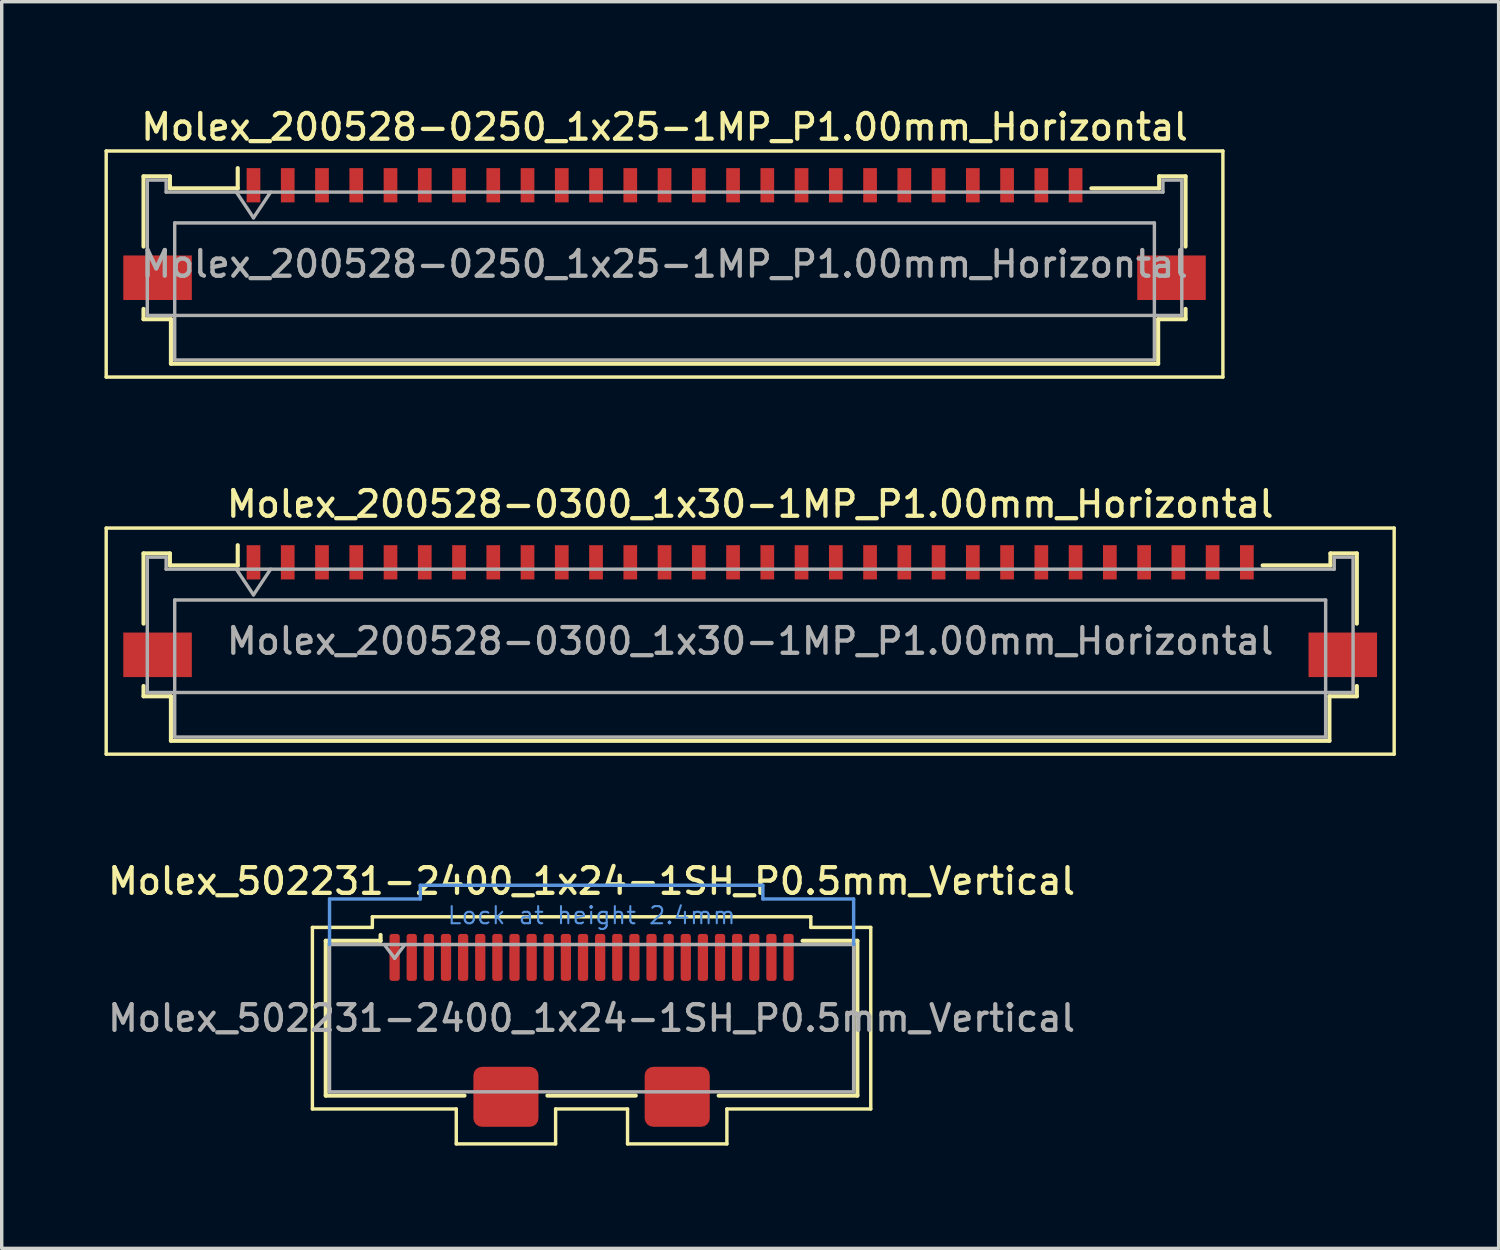
<source format=kicad_pcb>
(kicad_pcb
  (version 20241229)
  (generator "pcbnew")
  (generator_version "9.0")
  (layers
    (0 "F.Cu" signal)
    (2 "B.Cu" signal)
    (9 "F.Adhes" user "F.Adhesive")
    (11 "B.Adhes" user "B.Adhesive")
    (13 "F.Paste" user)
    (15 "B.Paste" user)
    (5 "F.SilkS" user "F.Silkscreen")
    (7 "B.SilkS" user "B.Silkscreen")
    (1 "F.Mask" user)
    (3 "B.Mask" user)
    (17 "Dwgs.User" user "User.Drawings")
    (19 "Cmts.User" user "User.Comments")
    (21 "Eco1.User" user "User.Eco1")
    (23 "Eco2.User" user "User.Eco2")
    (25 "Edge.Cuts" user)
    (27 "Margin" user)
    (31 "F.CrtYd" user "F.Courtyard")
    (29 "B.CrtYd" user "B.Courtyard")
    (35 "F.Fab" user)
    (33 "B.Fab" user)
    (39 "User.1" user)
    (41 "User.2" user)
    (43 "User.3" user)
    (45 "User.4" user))
  (footprint "Molex_200528-0300_1x30-1MP_P1.00mm_Horizontal"
    (layer "F.Cu")
    (at 18.85 14.276)
    (property "Reference" "Molex_200528-0300_1x30-1MP_P1.00mm_Horizontal" (at 0 -2.61 0) (layer "F.SilkS") (effects (font (size 0.75 0.75) (thickness 0.125))))
    (attr smd)
    (fp_line (start -18.8 -1.91) (end -18.8 4.69) (stroke (width 0.1) (type solid)) (layer "F.SilkS"))
    (fp_line (start -18.8 4.69) (end 18.8 4.69) (stroke (width 0.1) (type solid)) (layer "F.SilkS"))
    (fp_line (start -17.71 -1.17) (end -17.71 0.88) (stroke (width 0.12) (type solid)) (layer "F.SilkS"))
    (fp_line (start -17.71 2.7) (end -17.71 3) (stroke (width 0.12) (type solid)) (layer "F.SilkS"))
    (fp_line (start -17.71 3) (end -16.91 3) (stroke (width 0.12) (type solid)) (layer "F.SilkS"))
    (fp_line (start -16.94 -1.17) (end -17.71 -1.17) (stroke (width 0.12) (type solid)) (layer "F.SilkS"))
    (fp_line (start -16.94 -0.82) (end -16.94 -1.17) (stroke (width 0.12) (type solid)) (layer "F.SilkS"))
    (fp_line (start -16.91 3) (end -16.91 4.3) (stroke (width 0.12) (type solid)) (layer "F.SilkS"))
    (fp_line (start -16.91 4.3) (end 16.91 4.3) (stroke (width 0.12) (type solid)) (layer "F.SilkS"))
    (fp_line (start -14.96 -1.41) (end -14.96 -0.82) (stroke (width 0.12) (type solid)) (layer "F.SilkS"))
    (fp_line (start -14.96 -0.82) (end -16.94 -0.82) (stroke (width 0.12) (type solid)) (layer "F.SilkS"))
    (fp_line (start 16.91 3) (end 17.71 3) (stroke (width 0.12) (type solid)) (layer "F.SilkS"))
    (fp_line (start 16.91 4.3) (end 16.91 3) (stroke (width 0.12) (type solid)) (layer "F.SilkS"))
    (fp_line (start 16.94 -1.17) (end 16.94 -0.82) (stroke (width 0.12) (type solid)) (layer "F.SilkS"))
    (fp_line (start 16.94 -0.82) (end 14.96 -0.82) (stroke (width 0.12) (type solid)) (layer "F.SilkS"))
    (fp_line (start 17.71 -1.17) (end 16.94 -1.17) (stroke (width 0.12) (type solid)) (layer "F.SilkS"))
    (fp_line (start 17.71 0.88) (end 17.71 -1.17) (stroke (width 0.12) (type solid)) (layer "F.SilkS"))
    (fp_line (start 17.71 3) (end 17.71 2.7) (stroke (width 0.12) (type solid)) (layer "F.SilkS"))
    (fp_line (start 18.8 -1.91) (end -18.8 -1.91) (stroke (width 0.1) (type solid)) (layer "F.SilkS"))
    (fp_line (start 18.8 4.69) (end 18.8 -1.91) (stroke (width 0.1) (type solid)) (layer "F.SilkS"))
    (fp_line (start -17.6 -1.06) (end -17.6 2.89) (stroke (width 0.1) (type solid)) (layer "F.Fab"))
    (fp_line (start -17.6 2.89) (end 17.6 2.89) (stroke (width 0.1) (type solid)) (layer "F.Fab"))
    (fp_line (start -17.05 -1.06) (end -17.6 -1.06) (stroke (width 0.1) (type solid)) (layer "F.Fab"))
    (fp_line (start -17.05 -0.71) (end -17.05 -1.06) (stroke (width 0.1) (type solid)) (layer "F.Fab"))
    (fp_line (start -16.8 0.19) (end -16.8 4.19) (stroke (width 0.1) (type solid)) (layer "F.Fab"))
    (fp_line (start -16.8 4.19) (end 16.8 4.19) (stroke (width 0.1) (type solid)) (layer "F.Fab"))
    (fp_line (start -15 -0.71) (end -14.5 0.04) (stroke (width 0.1) (type solid)) (layer "F.Fab"))
    (fp_line (start -14.5 0.04) (end -14 -0.71) (stroke (width 0.1) (type solid)) (layer "F.Fab"))
    (fp_line (start 16.8 0.19) (end -16.8 0.19) (stroke (width 0.1) (type solid)) (layer "F.Fab"))
    (fp_line (start 16.8 4.19) (end 16.8 0.19) (stroke (width 0.1) (type solid)) (layer "F.Fab"))
    (fp_line (start 17.05 -1.06) (end 17.05 -0.71) (stroke (width 0.1) (type solid)) (layer "F.Fab"))
    (fp_line (start 17.05 -0.71) (end -17.05 -0.71) (stroke (width 0.1) (type solid)) (layer "F.Fab"))
    (fp_line (start 17.6 -1.06) (end 17.05 -1.06) (stroke (width 0.1) (type solid)) (layer "F.Fab"))
    (fp_line (start 17.6 2.89) (end 17.6 -1.06) (stroke (width 0.1) (type solid)) (layer "F.Fab"))
    (fp_text user "${REFERENCE}" (at 0 1.39 0) (layer "F.Fab") (effects (font (size 0.75 0.75) (thickness 0.125))))
    (pad "1" smd rect (at -14.5 -0.91) (size 0.4 1) (layers "F.Cu" "F.Mask" "F.Paste"))
    (pad "2" smd rect (at -13.5 -0.91) (size 0.4 1) (layers "F.Cu" "F.Mask" "F.Paste"))
    (pad "3" smd rect (at -12.5 -0.91) (size 0.4 1) (layers "F.Cu" "F.Mask" "F.Paste"))
    (pad "4" smd rect (at -11.5 -0.91) (size 0.4 1) (layers "F.Cu" "F.Mask" "F.Paste"))
    (pad "5" smd rect (at -10.5 -0.91) (size 0.4 1) (layers "F.Cu" "F.Mask" "F.Paste"))
    (pad "6" smd rect (at -9.5 -0.91) (size 0.4 1) (layers "F.Cu" "F.Mask" "F.Paste"))
    (pad "7" smd rect (at -8.5 -0.91) (size 0.4 1) (layers "F.Cu" "F.Mask" "F.Paste"))
    (pad "8" smd rect (at -7.5 -0.91) (size 0.4 1) (layers "F.Cu" "F.Mask" "F.Paste"))
    (pad "9" smd rect (at -6.5 -0.91) (size 0.4 1) (layers "F.Cu" "F.Mask" "F.Paste"))
    (pad "10" smd rect (at -5.5 -0.91) (size 0.4 1) (layers "F.Cu" "F.Mask" "F.Paste"))
    (pad "11" smd rect (at -4.5 -0.91) (size 0.4 1) (layers "F.Cu" "F.Mask" "F.Paste"))
    (pad "12" smd rect (at -3.5 -0.91) (size 0.4 1) (layers "F.Cu" "F.Mask" "F.Paste"))
    (pad "13" smd rect (at -2.5 -0.91) (size 0.4 1) (layers "F.Cu" "F.Mask" "F.Paste"))
    (pad "14" smd rect (at -1.5 -0.91) (size 0.4 1) (layers "F.Cu" "F.Mask" "F.Paste"))
    (pad "15" smd rect (at -0.5 -0.91) (size 0.4 1) (layers "F.Cu" "F.Mask" "F.Paste"))
    (pad "16" smd rect (at 0.5 -0.91) (size 0.4 1) (layers "F.Cu" "F.Mask" "F.Paste"))
    (pad "17" smd rect (at 1.5 -0.91) (size 0.4 1) (layers "F.Cu" "F.Mask" "F.Paste"))
    (pad "18" smd rect (at 2.5 -0.91) (size 0.4 1) (layers "F.Cu" "F.Mask" "F.Paste"))
    (pad "19" smd rect (at 3.5 -0.91) (size 0.4 1) (layers "F.Cu" "F.Mask" "F.Paste"))
    (pad "20" smd rect (at 4.5 -0.91) (size 0.4 1) (layers "F.Cu" "F.Mask" "F.Paste"))
    (pad "21" smd rect (at 5.5 -0.91) (size 0.4 1) (layers "F.Cu" "F.Mask" "F.Paste"))
    (pad "22" smd rect (at 6.5 -0.91) (size 0.4 1) (layers "F.Cu" "F.Mask" "F.Paste"))
    (pad "23" smd rect (at 7.5 -0.91) (size 0.4 1) (layers "F.Cu" "F.Mask" "F.Paste"))
    (pad "24" smd rect (at 8.5 -0.91) (size 0.4 1) (layers "F.Cu" "F.Mask" "F.Paste"))
    (pad "25" smd rect (at 9.5 -0.91) (size 0.4 1) (layers "F.Cu" "F.Mask" "F.Paste"))
    (pad "26" smd rect (at 10.5 -0.91) (size 0.4 1) (layers "F.Cu" "F.Mask" "F.Paste"))
    (pad "27" smd rect (at 11.5 -0.91) (size 0.4 1) (layers "F.Cu" "F.Mask" "F.Paste"))
    (pad "28" smd rect (at 12.5 -0.91) (size 0.4 1) (layers "F.Cu" "F.Mask" "F.Paste"))
    (pad "29" smd rect (at 13.5 -0.91) (size 0.4 1) (layers "F.Cu" "F.Mask" "F.Paste"))
    (pad "30" smd rect (at 14.5 -0.91) (size 0.4 1) (layers "F.Cu" "F.Mask" "F.Paste"))
    (pad "MP" smd rect (at -17.3 1.79) (size 2 1.3) (layers "F.Cu" "F.Mask" "F.Paste"))
    (pad "MP" smd rect (at 17.3 1.79) (size 2 1.3) (layers "F.Cu" "F.Mask" "F.Paste")))
  (footprint "Molex_502231-2400_1x24-1SH_P0.5mm_Vertical"
    (layer "F.Cu")
    (at 14.22 25.944)
    (property "Reference" "Molex_502231-2400_1x24-1SH_P0.5mm_Vertical" (at 0 -3.27 0) (layer "F.SilkS") (effects (font (size 0.75 0.75) (thickness 0.125))))
    (attr smd)
    (fp_line (start -8.15 -1.92) (end -6.4 -1.92) (stroke (width 0.1) (type solid)) (layer "F.SilkS"))
    (fp_line (start -8.15 3.38) (end -8.15 -1.92) (stroke (width 0.1) (type solid)) (layer "F.SilkS"))
    (fp_line (start -7.76 2.99) (end -7.76 -1.53) (stroke (width 0.12) (type solid)) (layer "F.SilkS"))
    (fp_line (start -6.4 -1.92) (end -6.4 -2.23) (stroke (width 0.1) (type solid)) (layer "F.SilkS"))
    (fp_line (start -6.16 -1.53) (end -7.76 -1.53) (stroke (width 0.12) (type solid)) (layer "F.SilkS"))
    (fp_line (start -6.16 -1.53) (end -6.16 -1.7) (stroke (width 0.12) (type solid)) (layer "F.SilkS"))
    (fp_line (start -3.95 3.38) (end -8.15 3.38) (stroke (width 0.1) (type solid)) (layer "F.SilkS"))
    (fp_line (start -3.95 3.38) (end -3.95 4.4) (stroke (width 0.1) (type solid)) (layer "F.SilkS"))
    (fp_line (start -3.71 2.99) (end -7.76 2.99) (stroke (width 0.12) (type solid)) (layer "F.SilkS"))
    (fp_line (start -1.29 2.99) (end 1.29 2.99) (stroke (width 0.12) (type solid)) (layer "F.SilkS"))
    (fp_line (start -1.05 3.38) (end -1.05 4.4) (stroke (width 0.1) (type solid)) (layer "F.SilkS"))
    (fp_line (start -1.05 4.4) (end -3.95 4.4) (stroke (width 0.1) (type solid)) (layer "F.SilkS"))
    (fp_line (start 1.05 3.38) (end -1.05 3.38) (stroke (width 0.1) (type solid)) (layer "F.SilkS"))
    (fp_line (start 1.05 3.38) (end 1.05 4.4) (stroke (width 0.1) (type solid)) (layer "F.SilkS"))
    (fp_line (start 1.05 4.4) (end 3.95 4.4) (stroke (width 0.1) (type solid)) (layer "F.SilkS"))
    (fp_line (start 3.71 2.99) (end 7.76 2.99) (stroke (width 0.12) (type solid)) (layer "F.SilkS"))
    (fp_line (start 3.95 3.38) (end 3.95 4.4) (stroke (width 0.1) (type solid)) (layer "F.SilkS"))
    (fp_line (start 3.95 3.38) (end 8.15 3.38) (stroke (width 0.1) (type solid)) (layer "F.SilkS"))
    (fp_line (start 6.16 -1.53) (end 7.76 -1.53) (stroke (width 0.12) (type solid)) (layer "F.SilkS"))
    (fp_line (start 6.4 -2.23) (end -6.4 -2.23) (stroke (width 0.1) (type solid)) (layer "F.SilkS"))
    (fp_line (start 6.4 -1.92) (end 6.4 -2.23) (stroke (width 0.1) (type solid)) (layer "F.SilkS"))
    (fp_line (start 7.76 2.99) (end 7.76 -1.53) (stroke (width 0.12) (type solid)) (layer "F.SilkS"))
    (fp_line (start 8.15 -1.92) (end 6.4 -1.92) (stroke (width 0.1) (type solid)) (layer "F.SilkS"))
    (fp_line (start 8.15 3.38) (end 8.15 -1.92) (stroke (width 0.1) (type solid)) (layer "F.SilkS"))
    (fp_line (start -7.65 -2.75) (end -7.65 -1.42) (stroke (width 0.1) (type solid)) (layer "Cmts.User"))
    (fp_line (start -5 -3.15) (end -5 -2.75) (stroke (width 0.1) (type solid)) (layer "Cmts.User"))
    (fp_line (start -5 -3.15) (end 5 -3.15) (stroke (width 0.1) (type solid)) (layer "Cmts.User"))
    (fp_line (start -5 -2.75) (end -7.65 -2.75) (stroke (width 0.1) (type solid)) (layer "Cmts.User"))
    (fp_line (start 5 -3.15) (end 5 -2.75) (stroke (width 0.1) (type solid)) (layer "Cmts.User"))
    (fp_line (start 5 -2.75) (end 7.65 -2.75) (stroke (width 0.1) (type solid)) (layer "Cmts.User"))
    (fp_line (start 7.65 -2.75) (end 7.65 -1.42) (stroke (width 0.1) (type solid)) (layer "Cmts.User"))
    (fp_line (start -7.65 -1.42) (end -7.65 2.88) (stroke (width 0.1) (type solid)) (layer "F.Fab"))
    (fp_line (start -7.65 -1.42) (end 7.65 -1.42) (stroke (width 0.1) (type solid)) (layer "F.Fab"))
    (fp_line (start -7.65 2.88) (end 7.65 2.88) (stroke (width 0.1) (type solid)) (layer "F.Fab"))
    (fp_line (start -6.05 -1.42) (end -5.75 -1.02) (stroke (width 0.1) (type solid)) (layer "F.Fab"))
    (fp_line (start -5.75 -1.02) (end -5.45 -1.42) (stroke (width 0.1) (type solid)) (layer "F.Fab"))
    (fp_line (start 7.65 -1.42) (end 7.65 2.88) (stroke (width 0.1) (type solid)) (layer "F.Fab"))
    (fp_text user "Lock at height 2.4mm" (at 0 -2.27 0) (layer "Cmts.User") (effects (font (size 0.5 0.5) (thickness 0.06))))
    (fp_text user "${REFERENCE}" (at 0 0.73 0) (layer "F.Fab") (effects (font (size 0.75 0.75) (thickness 0.125))))
    (pad "1" smd roundrect (at -5.75 -1.045) (size 0.3 1.37) (layers "F.Cu" "F.Mask" "F.Paste") (roundrect_rratio 0.25))
    (pad "2" smd roundrect (at -5.25 -1.045) (size 0.3 1.37) (layers "F.Cu" "F.Mask" "F.Paste") (roundrect_rratio 0.25))
    (pad "3" smd roundrect (at -4.75 -1.045) (size 0.3 1.37) (layers "F.Cu" "F.Mask" "F.Paste") (roundrect_rratio 0.25))
    (pad "4" smd roundrect (at -4.25 -1.045) (size 0.3 1.37) (layers "F.Cu" "F.Mask" "F.Paste") (roundrect_rratio 0.25))
    (pad "5" smd roundrect (at -3.75 -1.045) (size 0.3 1.37) (layers "F.Cu" "F.Mask" "F.Paste") (roundrect_rratio 0.25))
    (pad "6" smd roundrect (at -3.25 -1.045) (size 0.3 1.37) (layers "F.Cu" "F.Mask" "F.Paste") (roundrect_rratio 0.25))
    (pad "7" smd roundrect (at -2.75 -1.045) (size 0.3 1.37) (layers "F.Cu" "F.Mask" "F.Paste") (roundrect_rratio 0.25))
    (pad "8" smd roundrect (at -2.25 -1.045) (size 0.3 1.37) (layers "F.Cu" "F.Mask" "F.Paste") (roundrect_rratio 0.25))
    (pad "9" smd roundrect (at -1.75 -1.045) (size 0.3 1.37) (layers "F.Cu" "F.Mask" "F.Paste") (roundrect_rratio 0.25))
    (pad "10" smd roundrect (at -1.25 -1.045) (size 0.3 1.37) (layers "F.Cu" "F.Mask" "F.Paste") (roundrect_rratio 0.25))
    (pad "11" smd roundrect (at -0.75 -1.045) (size 0.3 1.37) (layers "F.Cu" "F.Mask" "F.Paste") (roundrect_rratio 0.25))
    (pad "12" smd roundrect (at -0.25 -1.045) (size 0.3 1.37) (layers "F.Cu" "F.Mask" "F.Paste") (roundrect_rratio 0.25))
    (pad "13" smd roundrect (at 0.25 -1.045) (size 0.3 1.37) (layers "F.Cu" "F.Mask" "F.Paste") (roundrect_rratio 0.25))
    (pad "14" smd roundrect (at 0.75 -1.045) (size 0.3 1.37) (layers "F.Cu" "F.Mask" "F.Paste") (roundrect_rratio 0.25))
    (pad "15" smd roundrect (at 1.25 -1.045) (size 0.3 1.37) (layers "F.Cu" "F.Mask" "F.Paste") (roundrect_rratio 0.25))
    (pad "16" smd roundrect (at 1.75 -1.045) (size 0.3 1.37) (layers "F.Cu" "F.Mask" "F.Paste") (roundrect_rratio 0.25))
    (pad "17" smd roundrect (at 2.25 -1.045) (size 0.3 1.37) (layers "F.Cu" "F.Mask" "F.Paste") (roundrect_rratio 0.25))
    (pad "18" smd roundrect (at 2.75 -1.045) (size 0.3 1.37) (layers "F.Cu" "F.Mask" "F.Paste") (roundrect_rratio 0.25))
    (pad "19" smd roundrect (at 3.25 -1.045) (size 0.3 1.37) (layers "F.Cu" "F.Mask" "F.Paste") (roundrect_rratio 0.25))
    (pad "20" smd roundrect (at 3.75 -1.045) (size 0.3 1.37) (layers "F.Cu" "F.Mask" "F.Paste") (roundrect_rratio 0.25))
    (pad "21" smd roundrect (at 4.25 -1.045) (size 0.3 1.37) (layers "F.Cu" "F.Mask" "F.Paste") (roundrect_rratio 0.25))
    (pad "22" smd roundrect (at 4.75 -1.045) (size 0.3 1.37) (layers "F.Cu" "F.Mask" "F.Paste") (roundrect_rratio 0.25))
    (pad "23" smd roundrect (at 5.25 -1.045) (size 0.3 1.37) (layers "F.Cu" "F.Mask" "F.Paste") (roundrect_rratio 0.25))
    (pad "24" smd roundrect (at 5.75 -1.045) (size 0.3 1.37) (layers "F.Cu" "F.Mask" "F.Paste") (roundrect_rratio 0.25))
    (pad "SH" smd roundrect (at -2.5 3.025) (size 1.9 1.75) (layers "F.Cu" "F.Mask" "F.Paste") (roundrect_rratio 0.143))
    (pad "SH" smd roundrect (at 2.5 3.025) (size 1.9 1.75) (layers "F.Cu" "F.Mask" "F.Paste") (roundrect_rratio 0.143)))
  (footprint "Molex_200528-0250_1x25-1MP_P1.00mm_Horizontal"
    (layer "F.Cu")
    (at 16.35 3.268)
    (property "Reference" "Molex_200528-0250_1x25-1MP_P1.00mm_Horizontal" (at 0 -2.61 0) (layer "F.SilkS") (effects (font (size 0.75 0.75) (thickness 0.125))))
    (attr smd)
    (fp_line (start -16.3 -1.91) (end -16.3 4.69) (stroke (width 0.1) (type solid)) (layer "F.SilkS"))
    (fp_line (start -16.3 4.69) (end 16.3 4.69) (stroke (width 0.1) (type solid)) (layer "F.SilkS"))
    (fp_line (start -15.21 -1.17) (end -15.21 0.88) (stroke (width 0.12) (type solid)) (layer "F.SilkS"))
    (fp_line (start -15.21 2.7) (end -15.21 3) (stroke (width 0.12) (type solid)) (layer "F.SilkS"))
    (fp_line (start -15.21 3) (end -14.41 3) (stroke (width 0.12) (type solid)) (layer "F.SilkS"))
    (fp_line (start -14.44 -1.17) (end -15.21 -1.17) (stroke (width 0.12) (type solid)) (layer "F.SilkS"))
    (fp_line (start -14.44 -0.82) (end -14.44 -1.17) (stroke (width 0.12) (type solid)) (layer "F.SilkS"))
    (fp_line (start -14.41 3) (end -14.41 4.3) (stroke (width 0.12) (type solid)) (layer "F.SilkS"))
    (fp_line (start -14.41 4.3) (end 14.41 4.3) (stroke (width 0.12) (type solid)) (layer "F.SilkS"))
    (fp_line (start -12.46 -1.41) (end -12.46 -0.82) (stroke (width 0.12) (type solid)) (layer "F.SilkS"))
    (fp_line (start -12.46 -0.82) (end -14.44 -0.82) (stroke (width 0.12) (type solid)) (layer "F.SilkS"))
    (fp_line (start 14.41 3) (end 15.21 3) (stroke (width 0.12) (type solid)) (layer "F.SilkS"))
    (fp_line (start 14.41 4.3) (end 14.41 3) (stroke (width 0.12) (type solid)) (layer "F.SilkS"))
    (fp_line (start 14.44 -1.17) (end 14.44 -0.82) (stroke (width 0.12) (type solid)) (layer "F.SilkS"))
    (fp_line (start 14.44 -0.82) (end 12.46 -0.82) (stroke (width 0.12) (type solid)) (layer "F.SilkS"))
    (fp_line (start 15.21 -1.17) (end 14.44 -1.17) (stroke (width 0.12) (type solid)) (layer "F.SilkS"))
    (fp_line (start 15.21 0.88) (end 15.21 -1.17) (stroke (width 0.12) (type solid)) (layer "F.SilkS"))
    (fp_line (start 15.21 3) (end 15.21 2.7) (stroke (width 0.12) (type solid)) (layer "F.SilkS"))
    (fp_line (start 16.3 -1.91) (end -16.3 -1.91) (stroke (width 0.1) (type solid)) (layer "F.SilkS"))
    (fp_line (start 16.3 4.69) (end 16.3 -1.91) (stroke (width 0.1) (type solid)) (layer "F.SilkS"))
    (fp_line (start -15.1 -1.06) (end -15.1 2.89) (stroke (width 0.1) (type solid)) (layer "F.Fab"))
    (fp_line (start -15.1 2.89) (end 15.1 2.89) (stroke (width 0.1) (type solid)) (layer "F.Fab"))
    (fp_line (start -14.55 -1.06) (end -15.1 -1.06) (stroke (width 0.1) (type solid)) (layer "F.Fab"))
    (fp_line (start -14.55 -0.71) (end -14.55 -1.06) (stroke (width 0.1) (type solid)) (layer "F.Fab"))
    (fp_line (start -14.3 0.19) (end -14.3 4.19) (stroke (width 0.1) (type solid)) (layer "F.Fab"))
    (fp_line (start -14.3 4.19) (end 14.3 4.19) (stroke (width 0.1) (type solid)) (layer "F.Fab"))
    (fp_line (start -12.5 -0.71) (end -12 0.04) (stroke (width 0.1) (type solid)) (layer "F.Fab"))
    (fp_line (start -12 0.04) (end -11.5 -0.71) (stroke (width 0.1) (type solid)) (layer "F.Fab"))
    (fp_line (start 14.3 0.19) (end -14.3 0.19) (stroke (width 0.1) (type solid)) (layer "F.Fab"))
    (fp_line (start 14.3 4.19) (end 14.3 0.19) (stroke (width 0.1) (type solid)) (layer "F.Fab"))
    (fp_line (start 14.55 -1.06) (end 14.55 -0.71) (stroke (width 0.1) (type solid)) (layer "F.Fab"))
    (fp_line (start 14.55 -0.71) (end -14.55 -0.71) (stroke (width 0.1) (type solid)) (layer "F.Fab"))
    (fp_line (start 15.1 -1.06) (end 14.55 -1.06) (stroke (width 0.1) (type solid)) (layer "F.Fab"))
    (fp_line (start 15.1 2.89) (end 15.1 -1.06) (stroke (width 0.1) (type solid)) (layer "F.Fab"))
    (fp_text user "${REFERENCE}" (at 0 1.39 0) (layer "F.Fab") (effects (font (size 0.75 0.75) (thickness 0.125))))
    (pad "1" smd rect (at -12 -0.91) (size 0.4 1) (layers "F.Cu" "F.Mask" "F.Paste"))
    (pad "2" smd rect (at -11 -0.91) (size 0.4 1) (layers "F.Cu" "F.Mask" "F.Paste"))
    (pad "3" smd rect (at -10 -0.91) (size 0.4 1) (layers "F.Cu" "F.Mask" "F.Paste"))
    (pad "4" smd rect (at -9 -0.91) (size 0.4 1) (layers "F.Cu" "F.Mask" "F.Paste"))
    (pad "5" smd rect (at -8 -0.91) (size 0.4 1) (layers "F.Cu" "F.Mask" "F.Paste"))
    (pad "6" smd rect (at -7 -0.91) (size 0.4 1) (layers "F.Cu" "F.Mask" "F.Paste"))
    (pad "7" smd rect (at -6 -0.91) (size 0.4 1) (layers "F.Cu" "F.Mask" "F.Paste"))
    (pad "8" smd rect (at -5 -0.91) (size 0.4 1) (layers "F.Cu" "F.Mask" "F.Paste"))
    (pad "9" smd rect (at -4 -0.91) (size 0.4 1) (layers "F.Cu" "F.Mask" "F.Paste"))
    (pad "10" smd rect (at -3 -0.91) (size 0.4 1) (layers "F.Cu" "F.Mask" "F.Paste"))
    (pad "11" smd rect (at -2 -0.91) (size 0.4 1) (layers "F.Cu" "F.Mask" "F.Paste"))
    (pad "12" smd rect (at -1 -0.91) (size 0.4 1) (layers "F.Cu" "F.Mask" "F.Paste"))
    (pad "13" smd rect (at 0 -0.91) (size 0.4 1) (layers "F.Cu" "F.Mask" "F.Paste"))
    (pad "14" smd rect (at 1 -0.91) (size 0.4 1) (layers "F.Cu" "F.Mask" "F.Paste"))
    (pad "15" smd rect (at 2 -0.91) (size 0.4 1) (layers "F.Cu" "F.Mask" "F.Paste"))
    (pad "16" smd rect (at 3 -0.91) (size 0.4 1) (layers "F.Cu" "F.Mask" "F.Paste"))
    (pad "17" smd rect (at 4 -0.91) (size 0.4 1) (layers "F.Cu" "F.Mask" "F.Paste"))
    (pad "18" smd rect (at 5 -0.91) (size 0.4 1) (layers "F.Cu" "F.Mask" "F.Paste"))
    (pad "19" smd rect (at 6 -0.91) (size 0.4 1) (layers "F.Cu" "F.Mask" "F.Paste"))
    (pad "20" smd rect (at 7 -0.91) (size 0.4 1) (layers "F.Cu" "F.Mask" "F.Paste"))
    (pad "21" smd rect (at 8 -0.91) (size 0.4 1) (layers "F.Cu" "F.Mask" "F.Paste"))
    (pad "22" smd rect (at 9 -0.91) (size 0.4 1) (layers "F.Cu" "F.Mask" "F.Paste"))
    (pad "23" smd rect (at 10 -0.91) (size 0.4 1) (layers "F.Cu" "F.Mask" "F.Paste"))
    (pad "24" smd rect (at 11 -0.91) (size 0.4 1) (layers "F.Cu" "F.Mask" "F.Paste"))
    (pad "25" smd rect (at 12 -0.91) (size 0.4 1) (layers "F.Cu" "F.Mask" "F.Paste"))
    (pad "MP" smd rect (at -14.8 1.79) (size 2 1.3) (layers "F.Cu" "F.Mask" "F.Paste"))
    (pad "MP" smd rect (at 14.8 1.79) (size 2 1.3) (layers "F.Cu" "F.Mask" "F.Paste")))
  (gr_rect
    (start -3 -3)
    (end 40.7 33.394)
    (stroke (width 0.1) (type default))
    (fill no)
    (layer "Edge.Cuts")))
</source>
